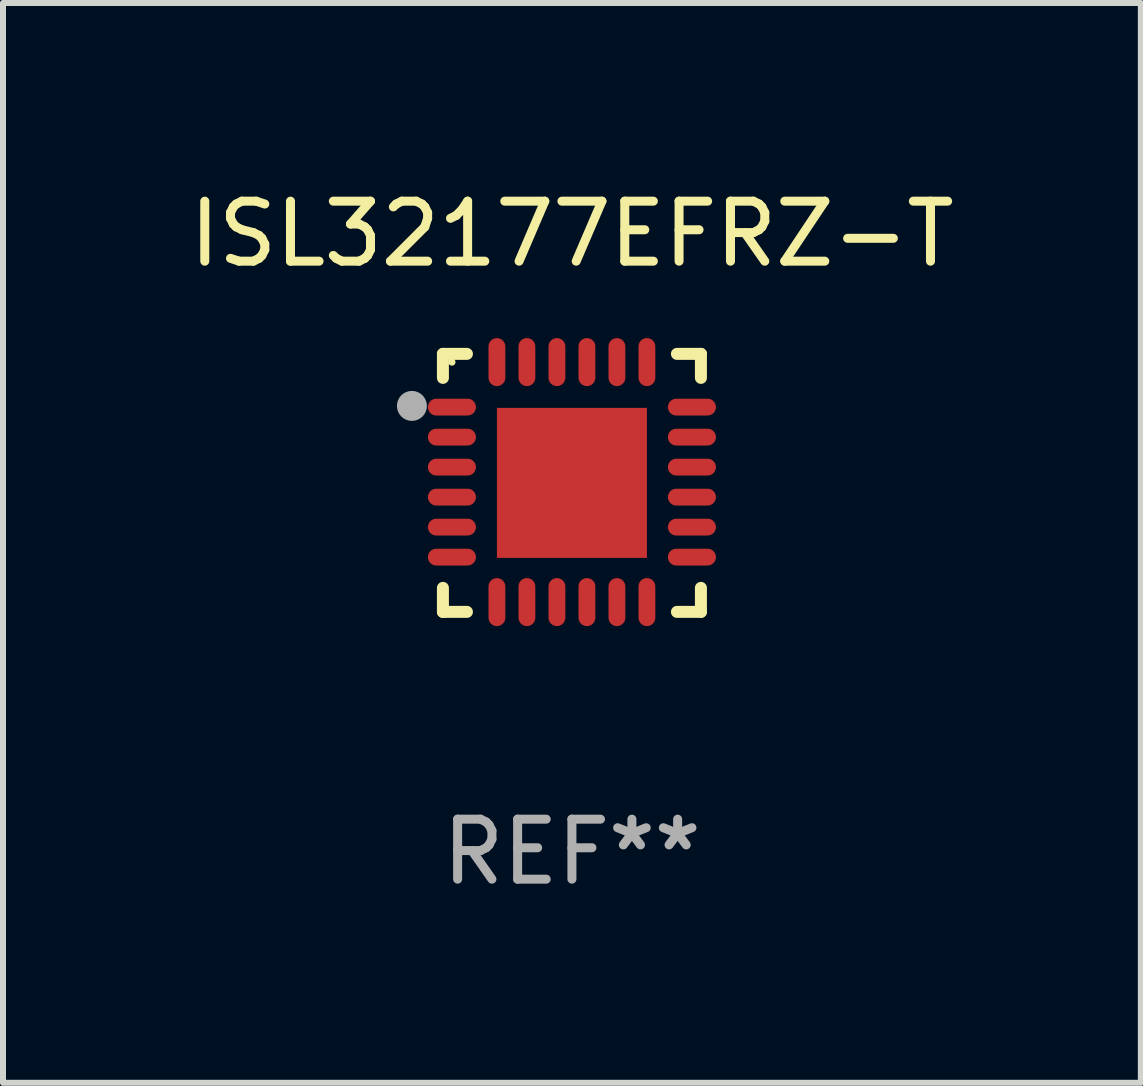
<source format=kicad_pcb>
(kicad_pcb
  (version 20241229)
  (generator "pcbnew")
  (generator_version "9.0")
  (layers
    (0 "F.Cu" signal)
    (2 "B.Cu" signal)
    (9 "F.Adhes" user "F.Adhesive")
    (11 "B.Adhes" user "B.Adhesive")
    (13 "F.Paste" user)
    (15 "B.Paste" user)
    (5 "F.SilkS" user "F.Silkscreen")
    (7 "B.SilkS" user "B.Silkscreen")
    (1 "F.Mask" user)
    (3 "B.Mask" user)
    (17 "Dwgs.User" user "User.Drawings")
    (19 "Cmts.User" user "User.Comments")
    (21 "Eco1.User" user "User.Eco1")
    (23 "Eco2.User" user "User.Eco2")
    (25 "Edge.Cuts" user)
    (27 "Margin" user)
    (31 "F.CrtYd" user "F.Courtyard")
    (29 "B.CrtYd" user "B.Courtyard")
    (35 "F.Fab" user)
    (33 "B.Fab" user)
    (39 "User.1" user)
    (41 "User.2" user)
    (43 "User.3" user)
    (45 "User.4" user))
  (footprint "ISL32177EFRZ-T"
    (layer "F.Cu")
    (at 6.482 4.998)
    (property "Reference" "ISL32177EFRZ-T" (at 0 -4.15 0) (layer "F.SilkS") (effects (font (size 1 1) (thickness 0.15))))
    (attr through_hole)
    (fp_line (start -2.15 -2.15) (end -1.75 -2.15) (stroke (width 0.2) (type solid)) (layer "F.SilkS"))
    (fp_line (start -2.15 -1.75) (end -2.15 -2.15) (stroke (width 0.2) (type solid)) (layer "F.SilkS"))
    (fp_line (start -2.15 2.15) (end -2.15 1.75) (stroke (width 0.2) (type solid)) (layer "F.SilkS"))
    (fp_line (start -1.75 2.15) (end -2.15 2.15) (stroke (width 0.2) (type solid)) (layer "F.SilkS"))
    (fp_line (start 1.75 -2.15) (end 2.15 -2.15) (stroke (width 0.2) (type solid)) (layer "F.SilkS"))
    (fp_line (start 1.75 2.15) (end 2.15 2.15) (stroke (width 0.2) (type solid)) (layer "F.SilkS"))
    (fp_line (start 2.15 -2.15) (end 2.15 -1.75) (stroke (width 0.2) (type solid)) (layer "F.SilkS"))
    (fp_line (start 2.15 2.15) (end 2.15 1.75) (stroke (width 0.2) (type solid)) (layer "F.SilkS"))
    (fp_circle (center -2 -2.013) (end -1.97 -2.013) (stroke (width 0.06) (type solid)) (fill no) (layer "F.SilkS"))
    (fp_circle (center -2.667 -1.283) (end -2.542 -1.283) (stroke (width 0.25) (type solid)) (fill no) (layer "F.Fab"))
    (fp_text user "REF**" (at 0 6.15 0) (layer "F.Fab") (effects (font (size 1 1) (thickness 0.15))))
    (pad "1" smd oval (at -2 -1.263) (size 0.8 0.28) (layers "F.Cu" "F.Mask" "F.Paste"))
    (pad "2" smd oval (at -2 -0.763) (size 0.8 0.28) (layers "F.Cu" "F.Mask" "F.Paste"))
    (pad "3" smd oval (at -2 -0.263) (size 0.8 0.28) (layers "F.Cu" "F.Mask" "F.Paste"))
    (pad "4" smd oval (at -2 0.237) (size 0.8 0.28) (layers "F.Cu" "F.Mask" "F.Paste"))
    (pad "5" smd oval (at -2 0.737) (size 0.8 0.28) (layers "F.Cu" "F.Mask" "F.Paste"))
    (pad "6" smd oval (at -2 1.237) (size 0.8 0.28) (layers "F.Cu" "F.Mask" "F.Paste"))
    (pad "7" smd oval (at -1.25 1.987) (size 0.28 0.8) (layers "F.Cu" "F.Mask" "F.Paste"))
    (pad "8" smd oval (at -0.75 1.987) (size 0.28 0.8) (layers "F.Cu" "F.Mask" "F.Paste"))
    (pad "9" smd oval (at -0.25 1.987) (size 0.28 0.8) (layers "F.Cu" "F.Mask" "F.Paste"))
    (pad "10" smd oval (at 0.25 1.987) (size 0.28 0.8) (layers "F.Cu" "F.Mask" "F.Paste"))
    (pad "11" smd oval (at 0.75 1.987) (size 0.28 0.8) (layers "F.Cu" "F.Mask" "F.Paste"))
    (pad "12" smd oval (at 1.25 1.987) (size 0.28 0.8) (layers "F.Cu" "F.Mask" "F.Paste"))
    (pad "13" smd oval (at 2 1.237) (size 0.8 0.28) (layers "F.Cu" "F.Mask" "F.Paste"))
    (pad "14" smd oval (at 2 0.737) (size 0.8 0.28) (layers "F.Cu" "F.Mask" "F.Paste"))
    (pad "15" smd oval (at 2 0.237) (size 0.8 0.28) (layers "F.Cu" "F.Mask" "F.Paste"))
    (pad "16" smd oval (at 2 -0.263) (size 0.8 0.28) (layers "F.Cu" "F.Mask" "F.Paste"))
    (pad "17" smd oval (at 2 -0.763) (size 0.8 0.28) (layers "F.Cu" "F.Mask" "F.Paste"))
    (pad "18" smd oval (at 2 -1.263) (size 0.8 0.28) (layers "F.Cu" "F.Mask" "F.Paste"))
    (pad "19" smd oval (at 1.25 -2.013) (size 0.28 0.8) (layers "F.Cu" "F.Mask" "F.Paste"))
    (pad "20" smd oval (at 0.75 -2.013) (size 0.28 0.8) (layers "F.Cu" "F.Mask" "F.Paste"))
    (pad "21" smd oval (at 0.25 -2.013) (size 0.28 0.8) (layers "F.Cu" "F.Mask" "F.Paste"))
    (pad "22" smd oval (at -0.25 -2.013) (size 0.28 0.8) (layers "F.Cu" "F.Mask" "F.Paste"))
    (pad "23" smd oval (at -0.75 -2.013) (size 0.28 0.8) (layers "F.Cu" "F.Mask" "F.Paste"))
    (pad "24" smd oval (at -1.25 -2.013) (size 0.28 0.8) (layers "F.Cu" "F.Mask" "F.Paste"))
    (pad "25" smd rect (at -0.000127 -0.00014) (size 2.5 2.5) (layers "F.Cu" "F.Mask" "F.Paste")))
  (gr_rect
    (start -3 -3)
    (end 15.964 14.997)
    (stroke (width 0.1) (type default))
    (fill no)
    (layer "Edge.Cuts")))
</source>
